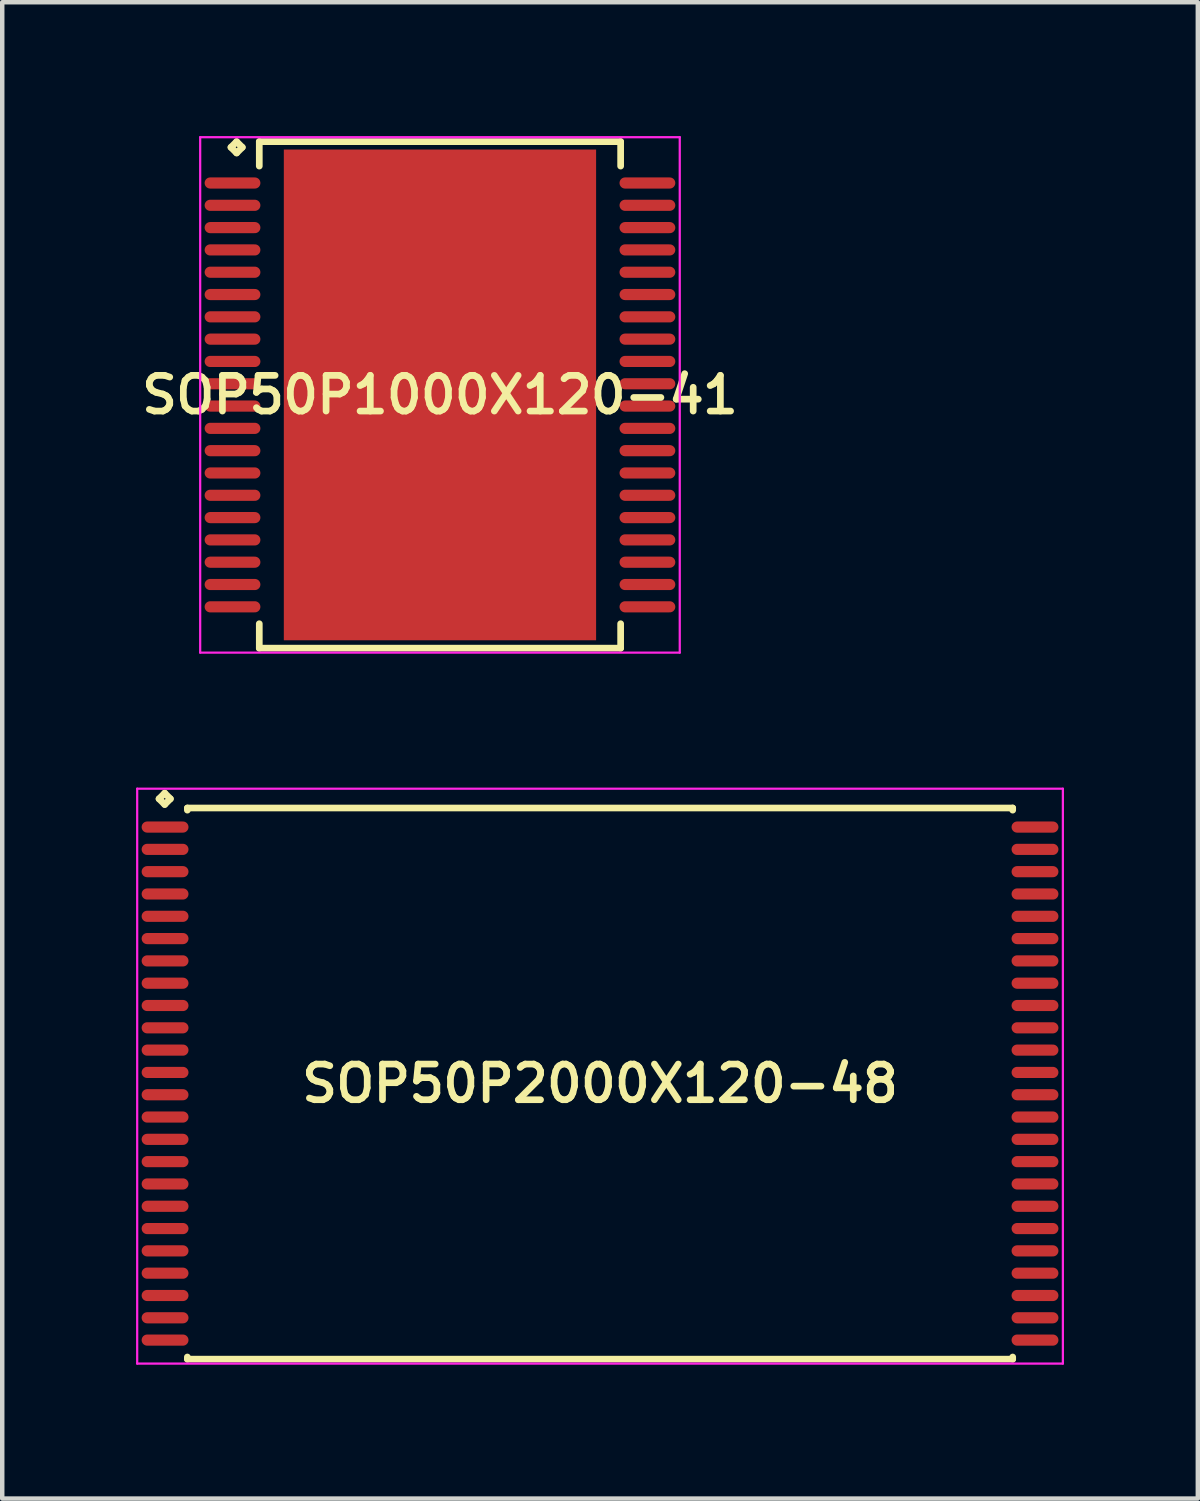
<source format=kicad_pcb>
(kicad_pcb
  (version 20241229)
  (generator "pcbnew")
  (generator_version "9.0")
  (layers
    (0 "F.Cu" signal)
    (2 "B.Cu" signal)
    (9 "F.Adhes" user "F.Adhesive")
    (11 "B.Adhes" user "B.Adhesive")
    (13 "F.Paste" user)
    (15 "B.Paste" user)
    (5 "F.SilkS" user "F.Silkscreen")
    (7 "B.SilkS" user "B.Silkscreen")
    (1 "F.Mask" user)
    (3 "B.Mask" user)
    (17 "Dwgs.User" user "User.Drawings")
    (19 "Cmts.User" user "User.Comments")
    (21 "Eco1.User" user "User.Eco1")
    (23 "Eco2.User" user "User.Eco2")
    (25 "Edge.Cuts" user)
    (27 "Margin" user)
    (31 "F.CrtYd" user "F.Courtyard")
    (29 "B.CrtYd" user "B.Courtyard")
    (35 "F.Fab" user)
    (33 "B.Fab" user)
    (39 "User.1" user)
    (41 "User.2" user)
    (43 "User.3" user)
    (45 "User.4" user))
  (footprint "SOP50P1000X120-41"
    (layer "F.Cu")
    (at 6.812 5.802)
    (property "Reference" "SOP50P1000X120-41" (at 0 0 0) (layer "F.SilkS") (effects (font (size 0.8 0.8) (thickness 0.15))))
    (attr smd)
    (fp_line (start -4.685 -5.55) (end -4.558 -5.677) (stroke (width 0.15) (type solid)) (layer "F.SilkS"))
    (fp_line (start -4.558 -5.677) (end -4.431 -5.55) (stroke (width 0.15) (type solid)) (layer "F.SilkS"))
    (fp_line (start -4.558 -5.423) (end -4.685 -5.55) (stroke (width 0.15) (type solid)) (layer "F.SilkS"))
    (fp_line (start -4.431 -5.55) (end -4.558 -5.423) (stroke (width 0.15) (type solid)) (layer "F.SilkS"))
    (fp_line (start -4.05 -5.677) (end 4.05 -5.677) (stroke (width 0.15) (type solid)) (layer "F.SilkS"))
    (fp_line (start -4.05 -5.129) (end -4.05 -5.677) (stroke (width 0.15) (type solid)) (layer "F.SilkS"))
    (fp_line (start -4.05 5.129) (end -4.05 5.677) (stroke (width 0.15) (type solid)) (layer "F.SilkS"))
    (fp_line (start -4.05 5.677) (end 4.05 5.677) (stroke (width 0.15) (type solid)) (layer "F.SilkS"))
    (fp_line (start 4.05 -5.677) (end 4.05 -5.129) (stroke (width 0.15) (type solid)) (layer "F.SilkS"))
    (fp_line (start 4.05 5.677) (end 4.05 5.129) (stroke (width 0.15) (type solid)) (layer "F.SilkS"))
    (fp_line (start -5.375 -5.777) (end 5.375 -5.777) (stroke (width 0.05) (type solid)) (layer "F.CrtYd"))
    (fp_line (start -5.375 5.777) (end -5.375 -5.777) (stroke (width 0.05) (type solid)) (layer "F.CrtYd"))
    (fp_line (start 5.375 -5.777) (end 5.375 5.777) (stroke (width 0.05) (type solid)) (layer "F.CrtYd"))
    (fp_line (start 5.375 5.777) (end -5.375 5.777) (stroke (width 0.05) (type solid)) (layer "F.CrtYd"))
    (pad "1" smd oval (at -4.65 -4.75) (size 1.25 0.25) (layers "F.Cu" "F.Mask" "F.Paste"))
    (pad "2" smd oval (at -4.65 -4.25) (size 1.25 0.25) (layers "F.Cu" "F.Mask" "F.Paste"))
    (pad "3" smd oval (at -4.65 -3.75) (size 1.25 0.25) (layers "F.Cu" "F.Mask" "F.Paste"))
    (pad "4" smd oval (at -4.65 -3.25) (size 1.25 0.25) (layers "F.Cu" "F.Mask" "F.Paste"))
    (pad "5" smd oval (at -4.65 -2.75) (size 1.25 0.25) (layers "F.Cu" "F.Mask" "F.Paste"))
    (pad "6" smd oval (at -4.65 -2.25) (size 1.25 0.25) (layers "F.Cu" "F.Mask" "F.Paste"))
    (pad "7" smd oval (at -4.65 -1.75) (size 1.25 0.25) (layers "F.Cu" "F.Mask" "F.Paste"))
    (pad "8" smd oval (at -4.65 -1.25) (size 1.25 0.25) (layers "F.Cu" "F.Mask" "F.Paste"))
    (pad "9" smd oval (at -4.65 -0.75) (size 1.25 0.25) (layers "F.Cu" "F.Mask" "F.Paste"))
    (pad "10" smd oval (at -4.65 -0.25) (size 1.25 0.25) (layers "F.Cu" "F.Mask" "F.Paste"))
    (pad "11" smd oval (at -4.65 0.25) (size 1.25 0.25) (layers "F.Cu" "F.Mask" "F.Paste"))
    (pad "12" smd oval (at -4.65 0.75) (size 1.25 0.25) (layers "F.Cu" "F.Mask" "F.Paste"))
    (pad "13" smd oval (at -4.65 1.25) (size 1.25 0.25) (layers "F.Cu" "F.Mask" "F.Paste"))
    (pad "14" smd oval (at -4.65 1.75) (size 1.25 0.25) (layers "F.Cu" "F.Mask" "F.Paste"))
    (pad "15" smd oval (at -4.65 2.25) (size 1.25 0.25) (layers "F.Cu" "F.Mask" "F.Paste"))
    (pad "16" smd oval (at -4.65 2.75) (size 1.25 0.25) (layers "F.Cu" "F.Mask" "F.Paste"))
    (pad "17" smd oval (at -4.65 3.25) (size 1.25 0.25) (layers "F.Cu" "F.Mask" "F.Paste"))
    (pad "18" smd oval (at -4.65 3.75) (size 1.25 0.25) (layers "F.Cu" "F.Mask" "F.Paste"))
    (pad "19" smd oval (at -4.65 4.25) (size 1.25 0.25) (layers "F.Cu" "F.Mask" "F.Paste"))
    (pad "20" smd oval (at -4.65 4.75) (size 1.25 0.25) (layers "F.Cu" "F.Mask" "F.Paste"))
    (pad "21" smd oval (at 4.65 4.75) (size 1.25 0.25) (layers "F.Cu" "F.Mask" "F.Paste"))
    (pad "22" smd oval (at 4.65 4.25) (size 1.25 0.25) (layers "F.Cu" "F.Mask" "F.Paste"))
    (pad "23" smd oval (at 4.65 3.75) (size 1.25 0.25) (layers "F.Cu" "F.Mask" "F.Paste"))
    (pad "24" smd oval (at 4.65 3.25) (size 1.25 0.25) (layers "F.Cu" "F.Mask" "F.Paste"))
    (pad "25" smd oval (at 4.65 2.75) (size 1.25 0.25) (layers "F.Cu" "F.Mask" "F.Paste"))
    (pad "26" smd oval (at 4.65 2.25) (size 1.25 0.25) (layers "F.Cu" "F.Mask" "F.Paste"))
    (pad "27" smd oval (at 4.65 1.75) (size 1.25 0.25) (layers "F.Cu" "F.Mask" "F.Paste"))
    (pad "28" smd oval (at 4.65 1.25) (size 1.25 0.25) (layers "F.Cu" "F.Mask" "F.Paste"))
    (pad "29" smd oval (at 4.65 0.75) (size 1.25 0.25) (layers "F.Cu" "F.Mask" "F.Paste"))
    (pad "30" smd oval (at 4.65 0.25) (size 1.25 0.25) (layers "F.Cu" "F.Mask" "F.Paste"))
    (pad "31" smd oval (at 4.65 -0.25) (size 1.25 0.25) (layers "F.Cu" "F.Mask" "F.Paste"))
    (pad "32" smd oval (at 4.65 -0.75) (size 1.25 0.25) (layers "F.Cu" "F.Mask" "F.Paste"))
    (pad "33" smd oval (at 4.65 -1.25) (size 1.25 0.25) (layers "F.Cu" "F.Mask" "F.Paste"))
    (pad "34" smd oval (at 4.65 -1.75) (size 1.25 0.25) (layers "F.Cu" "F.Mask" "F.Paste"))
    (pad "35" smd oval (at 4.65 -2.25) (size 1.25 0.25) (layers "F.Cu" "F.Mask" "F.Paste"))
    (pad "36" smd oval (at 4.65 -2.75) (size 1.25 0.25) (layers "F.Cu" "F.Mask" "F.Paste"))
    (pad "37" smd oval (at 4.65 -3.25) (size 1.25 0.25) (layers "F.Cu" "F.Mask" "F.Paste"))
    (pad "38" smd oval (at 4.65 -3.75) (size 1.25 0.25) (layers "F.Cu" "F.Mask" "F.Paste"))
    (pad "39" smd oval (at 4.65 -4.25) (size 1.25 0.25) (layers "F.Cu" "F.Mask" "F.Paste"))
    (pad "40" smd oval (at 4.65 -4.75) (size 1.25 0.25) (layers "F.Cu" "F.Mask" "F.Paste"))
    (pad "41" smd rect (at 0 0) (size 7 11) (layers "F.Cu" "F.Mask" "F.Paste")))
  (footprint "SOP50P2000X120-48"
    (layer "F.Cu")
    (at 10.4 21.239)
    (property "Reference" "SOP50P2000X120-48" (at 0 0 0) (layer "F.SilkS") (effects (font (size 0.8 0.8) (thickness 0.15))))
    (attr smd)
    (fp_line (start -9.885 -6.383) (end -9.758 -6.51) (stroke (width 0.15) (type solid)) (layer "F.SilkS"))
    (fp_line (start -9.758 -6.51) (end -9.631 -6.383) (stroke (width 0.15) (type solid)) (layer "F.SilkS"))
    (fp_line (start -9.758 -6.256) (end -9.885 -6.383) (stroke (width 0.15) (type solid)) (layer "F.SilkS"))
    (fp_line (start -9.631 -6.383) (end -9.758 -6.256) (stroke (width 0.15) (type solid)) (layer "F.SilkS"))
    (fp_line (start -9.25 -6.177) (end 9.25 -6.177) (stroke (width 0.15) (type solid)) (layer "F.SilkS"))
    (fp_line (start -9.25 -6.129) (end -9.25 -6.177) (stroke (width 0.15) (type solid)) (layer "F.SilkS"))
    (fp_line (start -9.25 6.129) (end -9.25 6.177) (stroke (width 0.15) (type solid)) (layer "F.SilkS"))
    (fp_line (start -9.25 6.177) (end 9.25 6.177) (stroke (width 0.15) (type solid)) (layer "F.SilkS"))
    (fp_line (start 9.25 -6.177) (end 9.25 -6.129) (stroke (width 0.15) (type solid)) (layer "F.SilkS"))
    (fp_line (start 9.25 6.177) (end 9.25 6.129) (stroke (width 0.15) (type solid)) (layer "F.SilkS"))
    (fp_line (start -10.375 -6.61) (end 10.375 -6.61) (stroke (width 0.05) (type solid)) (layer "F.CrtYd"))
    (fp_line (start -10.375 6.277) (end -10.375 -6.61) (stroke (width 0.05) (type solid)) (layer "F.CrtYd"))
    (fp_line (start 10.375 -6.61) (end 10.375 6.277) (stroke (width 0.05) (type solid)) (layer "F.CrtYd"))
    (fp_line (start 10.375 6.277) (end -10.375 6.277) (stroke (width 0.05) (type solid)) (layer "F.CrtYd"))
    (pad "1" smd oval (at -9.75 -5.75) (size 1.05 0.25) (layers "F.Cu" "F.Mask" "F.Paste"))
    (pad "2" smd oval (at -9.75 -5.25) (size 1.05 0.25) (layers "F.Cu" "F.Mask" "F.Paste"))
    (pad "3" smd oval (at -9.75 -4.75) (size 1.05 0.25) (layers "F.Cu" "F.Mask" "F.Paste"))
    (pad "4" smd oval (at -9.75 -4.25) (size 1.05 0.25) (layers "F.Cu" "F.Mask" "F.Paste"))
    (pad "5" smd oval (at -9.75 -3.75) (size 1.05 0.25) (layers "F.Cu" "F.Mask" "F.Paste"))
    (pad "6" smd oval (at -9.75 -3.25) (size 1.05 0.25) (layers "F.Cu" "F.Mask" "F.Paste"))
    (pad "7" smd oval (at -9.75 -2.75) (size 1.05 0.25) (layers "F.Cu" "F.Mask" "F.Paste"))
    (pad "8" smd oval (at -9.75 -2.25) (size 1.05 0.25) (layers "F.Cu" "F.Mask" "F.Paste"))
    (pad "9" smd oval (at -9.75 -1.75) (size 1.05 0.25) (layers "F.Cu" "F.Mask" "F.Paste"))
    (pad "10" smd oval (at -9.75 -1.25) (size 1.05 0.25) (layers "F.Cu" "F.Mask" "F.Paste"))
    (pad "11" smd oval (at -9.75 -0.75) (size 1.05 0.25) (layers "F.Cu" "F.Mask" "F.Paste"))
    (pad "12" smd oval (at -9.75 -0.25) (size 1.05 0.25) (layers "F.Cu" "F.Mask" "F.Paste"))
    (pad "13" smd oval (at -9.75 0.25) (size 1.05 0.25) (layers "F.Cu" "F.Mask" "F.Paste"))
    (pad "14" smd oval (at -9.75 0.75) (size 1.05 0.25) (layers "F.Cu" "F.Mask" "F.Paste"))
    (pad "15" smd oval (at -9.75 1.25) (size 1.05 0.25) (layers "F.Cu" "F.Mask" "F.Paste"))
    (pad "16" smd oval (at -9.75 1.75) (size 1.05 0.25) (layers "F.Cu" "F.Mask" "F.Paste"))
    (pad "17" smd oval (at -9.75 2.25) (size 1.05 0.25) (layers "F.Cu" "F.Mask" "F.Paste"))
    (pad "18" smd oval (at -9.75 2.75) (size 1.05 0.25) (layers "F.Cu" "F.Mask" "F.Paste"))
    (pad "19" smd oval (at -9.75 3.25) (size 1.05 0.25) (layers "F.Cu" "F.Mask" "F.Paste"))
    (pad "20" smd oval (at -9.75 3.75) (size 1.05 0.25) (layers "F.Cu" "F.Mask" "F.Paste"))
    (pad "21" smd oval (at -9.75 4.25) (size 1.05 0.25) (layers "F.Cu" "F.Mask" "F.Paste"))
    (pad "22" smd oval (at -9.75 4.75) (size 1.05 0.25) (layers "F.Cu" "F.Mask" "F.Paste"))
    (pad "23" smd oval (at -9.75 5.25) (size 1.05 0.25) (layers "F.Cu" "F.Mask" "F.Paste"))
    (pad "24" smd oval (at -9.75 5.75) (size 1.05 0.25) (layers "F.Cu" "F.Mask" "F.Paste"))
    (pad "25" smd oval (at 9.75 5.75) (size 1.05 0.25) (layers "F.Cu" "F.Mask" "F.Paste"))
    (pad "26" smd oval (at 9.75 5.25) (size 1.05 0.25) (layers "F.Cu" "F.Mask" "F.Paste"))
    (pad "27" smd oval (at 9.75 4.75) (size 1.05 0.25) (layers "F.Cu" "F.Mask" "F.Paste"))
    (pad "28" smd oval (at 9.75 4.25) (size 1.05 0.25) (layers "F.Cu" "F.Mask" "F.Paste"))
    (pad "29" smd oval (at 9.75 3.75) (size 1.05 0.25) (layers "F.Cu" "F.Mask" "F.Paste"))
    (pad "30" smd oval (at 9.75 3.25) (size 1.05 0.25) (layers "F.Cu" "F.Mask" "F.Paste"))
    (pad "31" smd oval (at 9.75 2.75) (size 1.05 0.25) (layers "F.Cu" "F.Mask" "F.Paste"))
    (pad "32" smd oval (at 9.75 2.25) (size 1.05 0.25) (layers "F.Cu" "F.Mask" "F.Paste"))
    (pad "33" smd oval (at 9.75 1.75) (size 1.05 0.25) (layers "F.Cu" "F.Mask" "F.Paste"))
    (pad "34" smd oval (at 9.75 1.25) (size 1.05 0.25) (layers "F.Cu" "F.Mask" "F.Paste"))
    (pad "35" smd oval (at 9.75 0.75) (size 1.05 0.25) (layers "F.Cu" "F.Mask" "F.Paste"))
    (pad "36" smd oval (at 9.75 0.25) (size 1.05 0.25) (layers "F.Cu" "F.Mask" "F.Paste"))
    (pad "37" smd oval (at 9.75 -0.25) (size 1.05 0.25) (layers "F.Cu" "F.Mask" "F.Paste"))
    (pad "38" smd oval (at 9.75 -0.75) (size 1.05 0.25) (layers "F.Cu" "F.Mask" "F.Paste"))
    (pad "39" smd oval (at 9.75 -1.25) (size 1.05 0.25) (layers "F.Cu" "F.Mask" "F.Paste"))
    (pad "40" smd oval (at 9.75 -1.75) (size 1.05 0.25) (layers "F.Cu" "F.Mask" "F.Paste"))
    (pad "41" smd oval (at 9.75 -2.25) (size 1.05 0.25) (layers "F.Cu" "F.Mask" "F.Paste"))
    (pad "42" smd oval (at 9.75 -2.75) (size 1.05 0.25) (layers "F.Cu" "F.Mask" "F.Paste"))
    (pad "43" smd oval (at 9.75 -3.25) (size 1.05 0.25) (layers "F.Cu" "F.Mask" "F.Paste"))
    (pad "44" smd oval (at 9.75 -3.75) (size 1.05 0.25) (layers "F.Cu" "F.Mask" "F.Paste"))
    (pad "45" smd oval (at 9.75 -4.25) (size 1.05 0.25) (layers "F.Cu" "F.Mask" "F.Paste"))
    (pad "46" smd oval (at 9.75 -4.75) (size 1.05 0.25) (layers "F.Cu" "F.Mask" "F.Paste"))
    (pad "47" smd oval (at 9.75 -5.25) (size 1.05 0.25) (layers "F.Cu" "F.Mask" "F.Paste"))
    (pad "48" smd oval (at 9.75 -5.75) (size 1.05 0.25) (layers "F.Cu" "F.Mask" "F.Paste")))
  (gr_rect
    (start -3 -3)
    (end 23.8 30.541)
    (stroke (width 0.1) (type default))
    (fill no)
    (layer "Edge.Cuts")))
</source>
